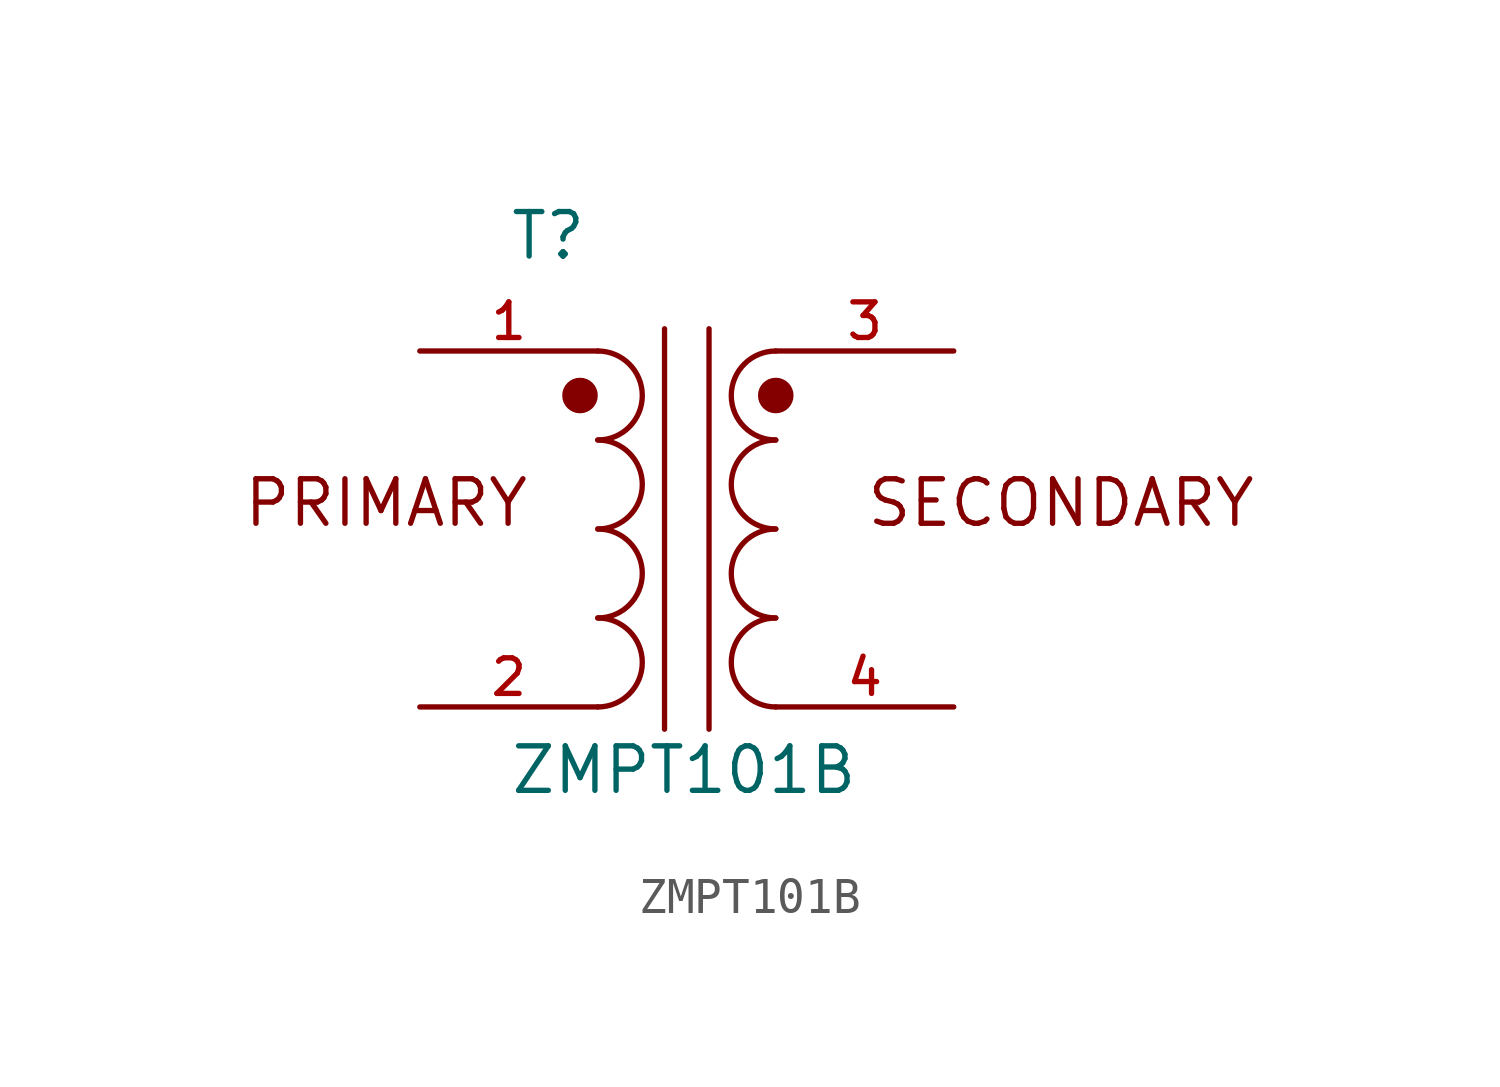
<source format=kicad_sym>
(kicad_symbol_lib
  (version 20211014)
  (generator kicad_symbol_editor)
  (symbol "ZMPT101B"
    (pin_names
      (offset 1.016))
    (property "Reference" "T"
      (at -5.084 7.628 0)
      (effects (font (size 1.27 1.27)) (justify bottom left)))
    (property "Value" "ZMPT101B"
      (at -5.081 -7.623 0)
      (effects (font (size 1.27 1.27)) (justify bottom left)))
    (symbol "ZMPT101B_0_0"
      (arc (start -2.54 -2.54) (mid -1.27 -1.27) (end -2.54 0.0) (stroke (width 0.1524) (type default) (color 0 0 0 0)) (fill (type none)))
      (arc (start -2.54 -5.08) (mid -1.27 -3.81) (end -2.54 -2.54) (stroke (width 0.1524) (type default) (color 0 0 0 0)) (fill (type none)))
      (arc (start 2.54 -2.54) (mid 1.27 -3.81) (end 2.54 -5.08) (stroke (width 0.1524) (type default) (color 0 0 0 0)) (fill (type none)))
      (arc (start 2.54 0.0) (mid 1.27 -1.27) (end 2.54 -2.54) (stroke (width 0.1524) (type default) (color 0 0 0 0)) (fill (type none)))
      (arc (start -2.54 0.0) (mid -1.27 1.27) (end -2.54 2.54) (stroke (width 0.1524) (type default) (color 0 0 0 0)) (fill (type none)))
      (arc (start -2.54 2.54) (mid -1.27 3.81) (end -2.54 5.08) (stroke (width 0.1524) (type default) (color 0 0 0 0)) (fill (type none)))
      (arc (start 2.54 2.54) (mid 1.27 1.27) (end 2.54 0.0) (stroke (width 0.1524) (type default) (color 0 0 0 0)) (fill (type none)))
      (arc (start 2.54 5.08) (mid 1.27 3.81) (end 2.54 2.54) (stroke (width 0.1524) (type default) (color 0 0 0 0)) (fill (type none)))
      (polyline (pts (xy -0.635 5.715) (xy -0.635 -5.715)) (stroke (width 0.152)))
      (polyline (pts (xy 0.635 5.715) (xy 0.635 -5.715)) (stroke (width 0.152)))
      (circle (center -3.048 3.81) (radius 0.254) (stroke (width 0.508)) (fill (type none)))
      (circle (center 2.54 3.81) (radius 0.254) (stroke (width 0.508)) (fill (type none)))
      (text "PRIMARY" (at -12.7 0.0 0) (effects (font (size 1.27 1.27)) (justify bottom left)))
      (text "SECONDARY" (at 5.08 0.0 0) (effects (font (size 1.27 1.27)) (justify bottom left)))
      (pin passive line (at -7.62 5.08 0) (length 5.08) (name "~" (effects (font (size 1.016 1.016)))) (number "1" (effects (font (size 1.016 1.016)))))
      (pin passive line (at 7.62 5.08 180.0) (length 5.08) (name "~" (effects (font (size 1.016 1.016)))) (number "3" (effects (font (size 1.016 1.016)))))
      (pin passive line (at -7.62 -5.08 0) (length 5.08) (name "~" (effects (font (size 1.016 1.016)))) (number "2" (effects (font (size 1.016 1.016)))))
      (pin passive line (at 7.62 -5.08 180.0) (length 5.08) (name "~" (effects (font (size 1.016 1.016)))) (number "4" (effects (font (size 1.016 1.016))))))))
</source>
